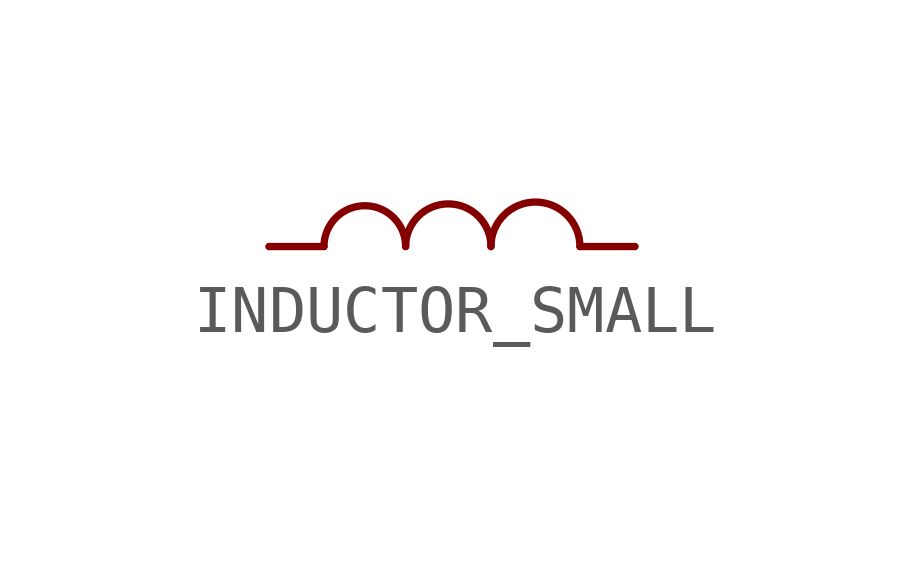
<source format=kicad_sym>
(kicad_symbol_lib
  (version 20231120)
  (generator "kicad_symbol_editor")
  (generator_version "8.0")
  (symbol "INDUCTOR_SMALL"
    (property "Reference" ""
      (at -1.384 0.94 0)
      (effects (font (size 1.016 0.864)) (justify left bottom) (hide yes)))
    (property "ki_locked" ""
      (at 0 0 0)
      (effects (font (size 1.27 1.27))))
    (symbol "INDUCTOR_SMALL_1_0"
      (polyline (pts (xy -2.54 0) (xy -1.397 0)) (stroke (width 0.152) (type solid)) (fill (type none)))
      (polyline (pts (xy 3.937 0) (xy 5.08 0)) (stroke (width 0.152) (type solid)) (fill (type none)))
      (arc (start 0.3048 0) (mid -0.5461 0.8509) (end -1.397 0) (stroke (width 0.1524) (type solid)) (fill (type none)))
      (arc (start 2.0828 0) (mid 1.1938 0.889) (end 0.3048 0) (stroke (width 0.1524) (type solid)) (fill (type none)))
      (arc (start 3.937 0) (mid 3.0099 0.9271) (end 2.0828 0) (stroke (width 0.1524) (type solid)) (fill (type none)))
      (pin bidirectional line (at -2.54 0 0) (length 0) (name "P$1" (effects (font (size 0 0)))) (number "1" (effects (font (size 0 0)))))
      (pin bidirectional line (at 5.08 0 0) (length 0) (name "P$2" (effects (font (size 0 0)))) (number "2" (effects (font (size 0 0))))))))
</source>
